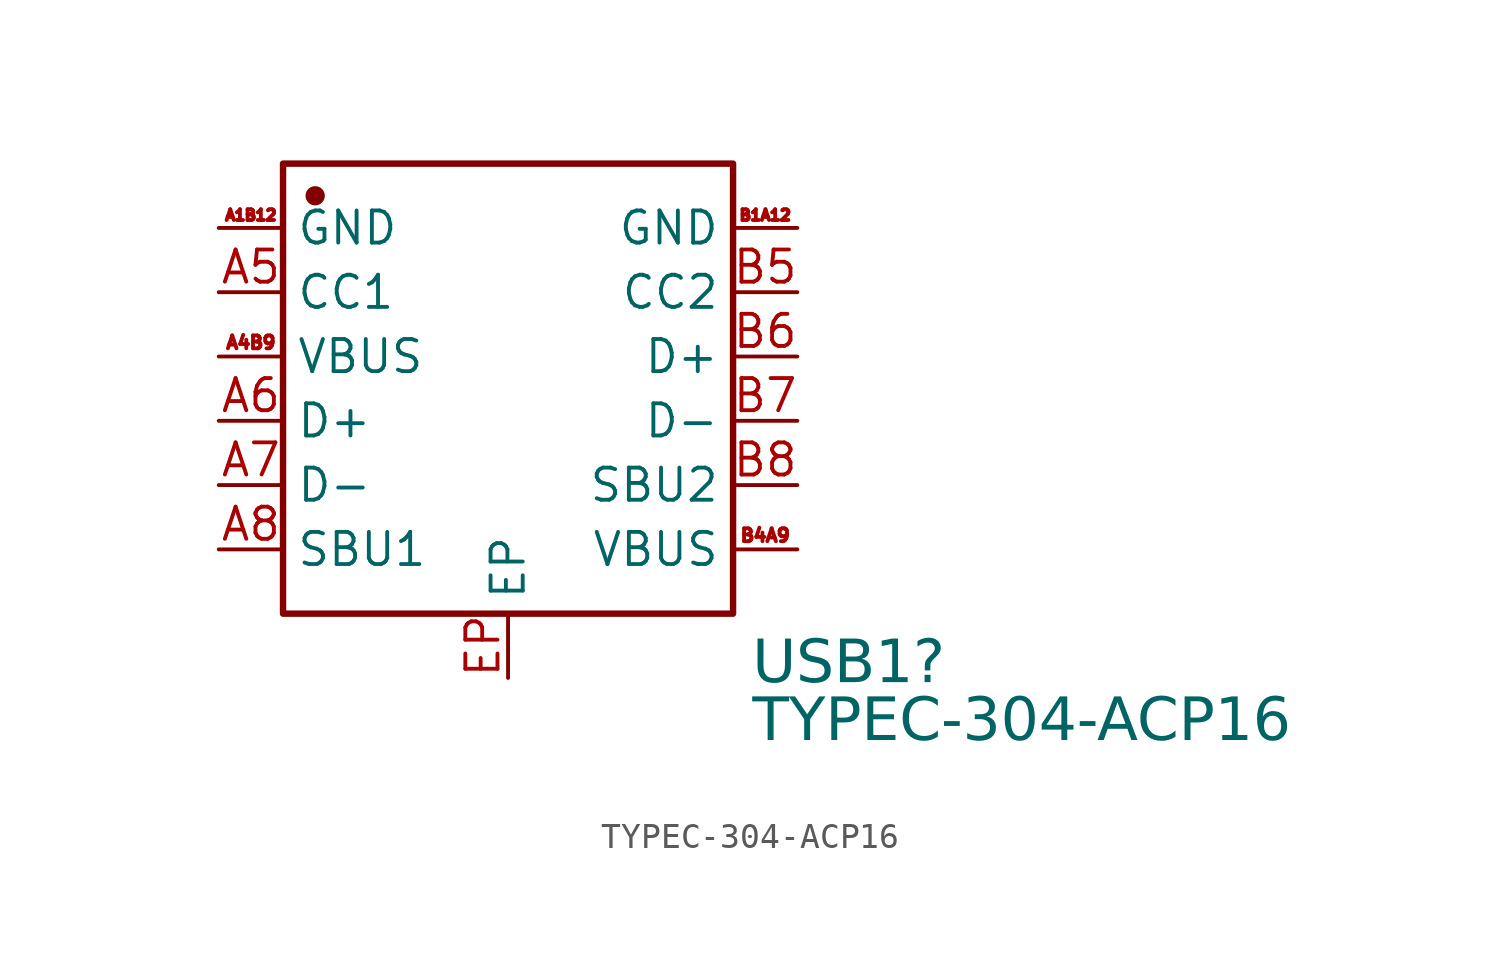
<source format=kicad_sym>
(kicad_symbol_lib
  (version 20241209)
  (generator "kicad_symbol_editor")
  (generator_version "9.0")
  (symbol "TYPEC-304-ACP16"
    (property "Reference" "USB1"
      (at 10.922 -11.176 0)
      (effects (font (face "Arial") (size 1.689 1.689)) (justify left top)))
    (property "Value" "TYPEC-304-ACP16"
      (at 10.922 -13.462 0)
      (effects (font (face "Arial") (size 1.689 1.689)) (justify left top)))
    (symbol "TYPEC-304-ACP16_0_0"
      (rectangle (start -7.62 7.62) (end 10.16 -10.16) (stroke (width 0.254) (type solid)) (fill (type none)))
      (circle (center -6.35 6.35) (radius 0.254) (stroke (width 0.254) (type solid)) (fill (type outline)))
      (pin passive line (at -10.16 2.54 0) (length 2.54) (name "CC1" (effects (font (size 1.27 1.27)))) (number "A5" (effects (font (size 1.27 1.27)))))
      (pin passive line (at -10.16 -2.54 0) (length 2.54) (name "D+" (effects (font (size 1.27 1.27)))) (number "A6" (effects (font (size 1.27 1.27)))))
      (pin passive line (at -10.16 -5.08 0) (length 2.54) (name "D-" (effects (font (size 1.27 1.27)))) (number "A7" (effects (font (size 1.27 1.27)))))
      (pin passive line (at -10.16 -7.62 0) (length 2.54) (name "SBU1" (effects (font (size 1.27 1.27)))) (number "A8" (effects (font (size 1.27 1.27)))))
      (pin passive line (at 12.7 2.54 180) (length 2.54) (name "CC2" (effects (font (size 1.27 1.27)))) (number "B5" (effects (font (size 1.27 1.27)))))
      (pin passive line (at 12.7 0 180) (length 2.54) (name "D+" (effects (font (size 1.27 1.27)))) (number "B6" (effects (font (size 1.27 1.27)))))
      (pin passive line (at 12.7 -2.54 180) (length 2.54) (name "D-" (effects (font (size 1.27 1.27)))) (number "B7" (effects (font (size 1.27 1.27)))))
      (pin passive line (at 12.7 -5.08 180) (length 2.54) (name "SBU2" (effects (font (size 1.27 1.27)))) (number "B8" (effects (font (size 1.27 1.27))))))
    (symbol "TYPEC-304-ACP16_1_0"
      (pin power_in line (at -10.16 5.08 0) (length 2.54) (name "GND" (effects (font (size 1.27 1.27)))) (number "A1B12" (effects (font (size 0.423 0.423)))))
      (pin power_in line (at -10.16 0 0) (length 2.54) (name "VBUS" (effects (font (size 1.27 1.27)))) (number "A4B9" (effects (font (size 0.508 0.508)))))
      (pin power_in line (at 1.27 -12.7 90) (length 2.54) (name "EP" (effects (font (size 1.27 1.27)))) (number "EP" (effects (font (size 1.27 1.27)))))
      (pin power_in line (at 12.7 5.08 180) (length 2.54) (name "GND" (effects (font (size 1.27 1.27)))) (number "B1A12" (effects (font (size 0.423 0.423)))))
      (pin power_in line (at 12.7 -7.62 180) (length 2.54) (name "VBUS" (effects (font (size 1.27 1.27)))) (number "B4A9" (effects (font (size 0.508 0.508))))))))
</source>
